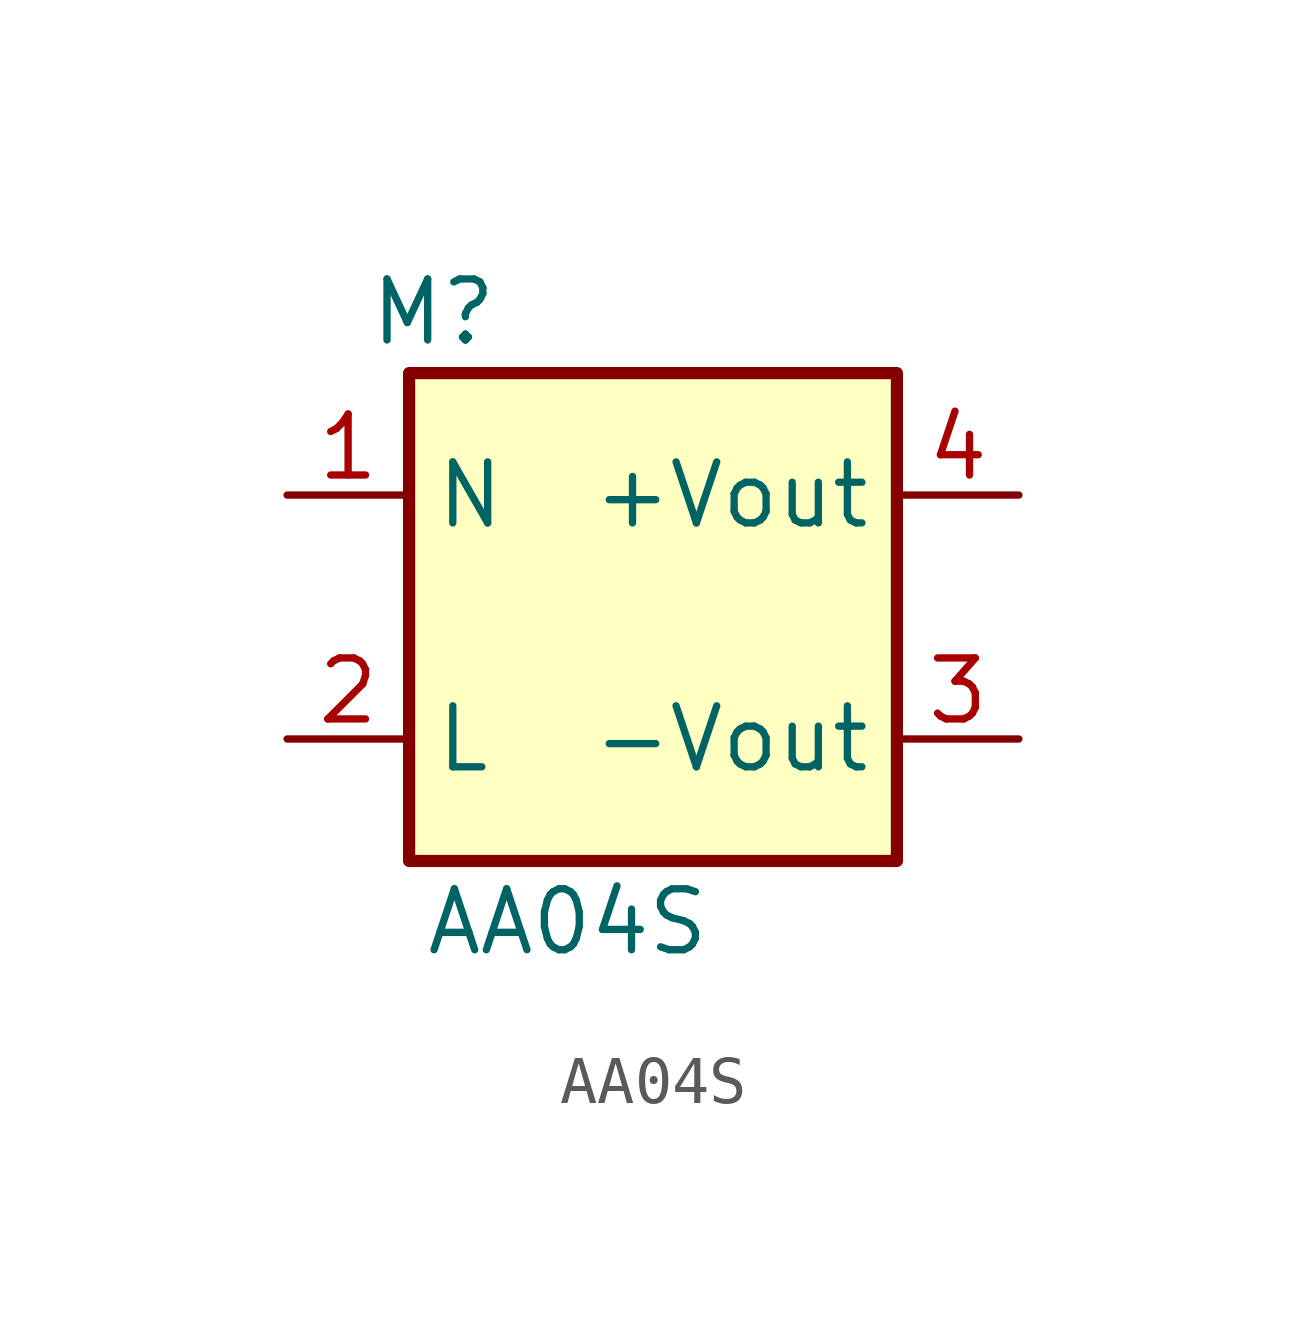
<source format=kicad_sym>
(kicad_symbol_lib
  (version 20231120)
  (generator "kicad_symbol_editor")
  (generator_version "8.0")
  (symbol "AA04S"
    (property "Reference" "M"
      (at -4.572 6.35 0)
      (effects (font (size 1.27 1.27))))
    (property "Value" "AA04S"
      (at -1.778 -6.35 0)
      (effects (font (size 1.27 1.27))))
    (symbol "AA04S_1_1"
      (rectangle (start -5.08 5.08) (end 5.08 -5.08) (stroke (width 0.254) (type default)) (fill (type background)))
      (pin input line (at -7.62 2.54 0) (length 2.54) (name "N" (effects (font (size 1.27 1.27)))) (number "1" (effects (font (size 1.27 1.27)))))
      (pin input line (at -7.62 -2.54 0) (length 2.54) (name "L" (effects (font (size 1.27 1.27)))) (number "2" (effects (font (size 1.27 1.27)))))
      (pin output line (at 7.62 -2.54 180) (length 2.54) (name "-Vout" (effects (font (size 1.27 1.27)))) (number "3" (effects (font (size 1.27 1.27)))))
      (pin output line (at 7.62 2.54 180) (length 2.54) (name "+Vout" (effects (font (size 1.27 1.27)))) (number "4" (effects (font (size 1.27 1.27))))))))
</source>
